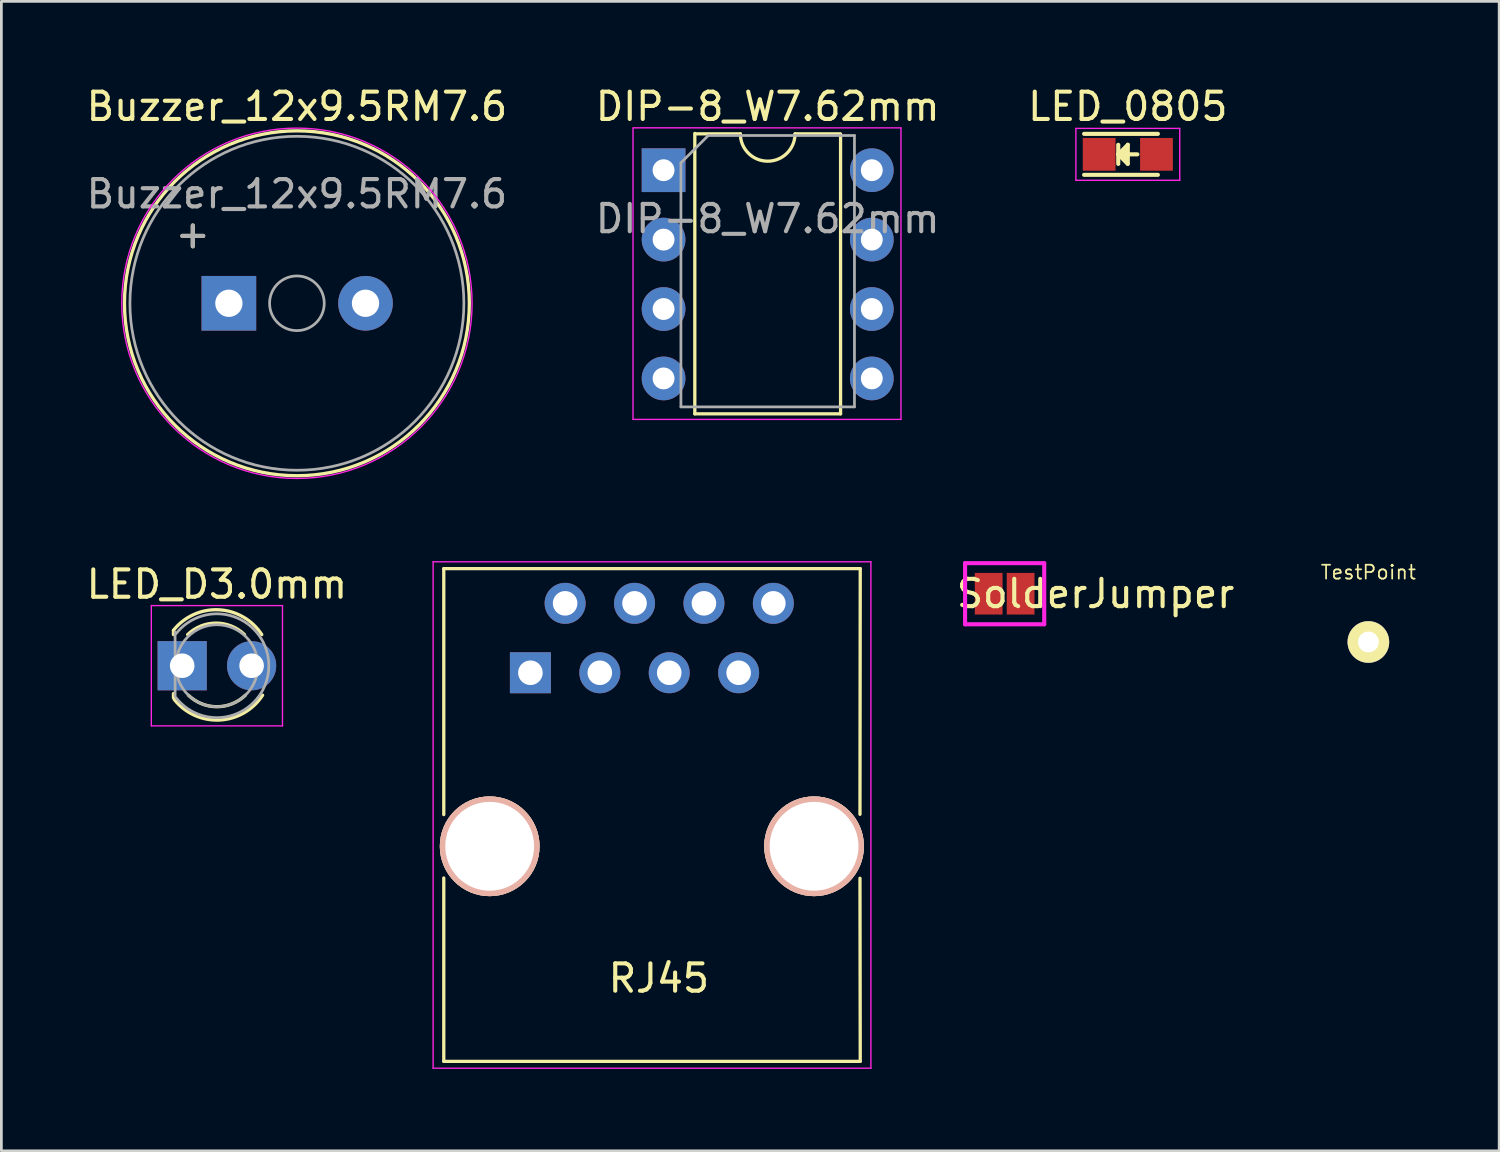
<source format=kicad_pcb>
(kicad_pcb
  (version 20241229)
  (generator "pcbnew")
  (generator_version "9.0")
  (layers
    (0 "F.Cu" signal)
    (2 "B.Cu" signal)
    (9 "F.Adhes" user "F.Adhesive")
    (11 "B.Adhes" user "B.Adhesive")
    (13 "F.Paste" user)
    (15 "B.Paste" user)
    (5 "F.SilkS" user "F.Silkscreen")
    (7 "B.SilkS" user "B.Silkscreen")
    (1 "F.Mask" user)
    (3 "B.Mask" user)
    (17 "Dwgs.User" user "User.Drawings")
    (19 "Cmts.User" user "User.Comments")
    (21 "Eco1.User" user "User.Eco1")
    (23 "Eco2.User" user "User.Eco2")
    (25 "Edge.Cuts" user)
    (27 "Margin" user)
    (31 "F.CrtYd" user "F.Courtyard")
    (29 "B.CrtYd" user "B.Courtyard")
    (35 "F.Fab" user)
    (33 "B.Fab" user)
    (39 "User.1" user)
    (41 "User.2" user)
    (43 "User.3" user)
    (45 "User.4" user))
  (footprint "SolderJumper"
    (layer "F.Cu")
    (at 33.713 18.676)
    (property "Reference" "SolderJumper" (at 3.327 0 0) (layer "F.SilkS") (effects (font (size 1 1) (thickness 0.15))))
    (attr through_hole)
    (fp_line (start -0.178 -0.686) (end 0.178 -0.686) (stroke (width 0.15) (type solid)) (layer "F.Mask"))
    (fp_line (start -0.051 -0.686) (end -0.051 0.686) (stroke (width 0.15) (type solid)) (layer "F.Mask"))
    (fp_line (start -0.051 0.686) (end 0.051 0.686) (stroke (width 0.15) (type solid)) (layer "F.Mask"))
    (fp_line (start 0.051 0.686) (end 0.051 -0.686) (stroke (width 0.15) (type solid)) (layer "F.Mask"))
    (fp_line (start 0.178 -0.686) (end 0.178 0.686) (stroke (width 0.15) (type solid)) (layer "F.Mask"))
    (fp_line (start 0.178 0.686) (end -0.127 0.686) (stroke (width 0.15) (type solid)) (layer "F.Mask"))
    (fp_line (start -1.448 -1.118) (end 1.448 -1.118) (stroke (width 0.15) (type solid)) (layer "F.CrtYd"))
    (fp_line (start -1.448 1.118) (end -1.448 -1.118) (stroke (width 0.15) (type solid)) (layer "F.CrtYd"))
    (fp_line (start 1.448 -1.118) (end 1.448 1.118) (stroke (width 0.15) (type solid)) (layer "F.CrtYd"))
    (fp_line (start 1.448 1.118) (end -1.448 1.118) (stroke (width 0.15) (type solid)) (layer "F.CrtYd"))
    (pad "1" smd rect (at -0.584 0) (size 1.016 1.524) (layers "F.Cu" "F.Mask" "F.Paste"))
    (pad "2" smd rect (at 0.584 0) (size 1.016 1.524) (layers "F.Cu" "F.Mask")))
  (footprint "RJ45"
    (layer "F.Cu")
    (at 16.359 21.568)
    (property "Reference" "RJ45" (at 4.7 11.18 0) (layer "F.SilkS") (effects (font (size 1 1) (thickness 0.15))))
    (attr through_hole)
    (fp_line (start -3.17 -3.81) (end -3.17 5.19) (stroke (width 0.12) (type solid)) (layer "F.SilkS"))
    (fp_line (start -3.17 7.51) (end -3.17 14.22) (stroke (width 0.12) (type solid)) (layer "F.SilkS"))
    (fp_line (start -3.17 14.22) (end 12.07 14.22) (stroke (width 0.12) (type solid)) (layer "F.SilkS"))
    (fp_line (start 12.06 7.52) (end 12.07 14.22) (stroke (width 0.12) (type solid)) (layer "F.SilkS"))
    (fp_line (start 12.07 -3.81) (end -3.17 -3.81) (stroke (width 0.12) (type solid)) (layer "F.SilkS"))
    (fp_line (start 12.07 -3.81) (end 12.06 5.18) (stroke (width 0.12) (type solid)) (layer "F.SilkS"))
    (fp_line (start -3.56 -4.06) (end -3.56 14.47) (stroke (width 0.05) (type solid)) (layer "F.CrtYd"))
    (fp_line (start -3.56 -4.06) (end 12.46 -4.06) (stroke (width 0.05) (type solid)) (layer "F.CrtYd"))
    (fp_line (start 12.46 14.47) (end -3.56 14.47) (stroke (width 0.05) (type solid)) (layer "F.CrtYd"))
    (fp_line (start 12.46 14.47) (end 12.46 -4.06) (stroke (width 0.05) (type solid)) (layer "F.CrtYd"))
    (pad "" np_thru_hole circle (at -1.49 6.35) (size 3.65 3.65) (drill 3.25) (layers "*.Cu" "*.SilkS" "*.Mask"))
    (pad "" np_thru_hole circle (at 10.38 6.35) (size 3.65 3.65) (drill 3.25) (layers "*.Cu" "*.SilkS" "*.Mask"))
    (pad "1" thru_hole rect (at 0 0) (size 1.5 1.5) (drill 0.9) (layers "*.Cu" "*.Mask"))
    (pad "2" thru_hole circle (at 1.27 -2.54) (size 1.5 1.5) (drill 0.9) (layers "*.Cu" "*.Mask"))
    (pad "3" thru_hole circle (at 2.54 0) (size 1.5 1.5) (drill 0.9) (layers "*.Cu" "*.Mask"))
    (pad "4" thru_hole circle (at 3.81 -2.54) (size 1.5 1.5) (drill 0.9) (layers "*.Cu" "*.Mask"))
    (pad "5" thru_hole circle (at 5.08 0) (size 1.5 1.5) (drill 0.9) (layers "*.Cu" "*.Mask"))
    (pad "6" thru_hole circle (at 6.35 -2.54) (size 1.5 1.5) (drill 0.9) (layers "*.Cu" "*.Mask"))
    (pad "7" thru_hole circle (at 7.62 0) (size 1.5 1.5) (drill 0.9) (layers "*.Cu" "*.Mask"))
    (pad "8" thru_hole circle (at 8.89 -2.54) (size 1.5 1.5) (drill 0.9) (layers "*.Cu" "*.Mask")))
  (footprint "LED_D3.0mm"
    (layer "F.Cu")
    (at 4.887 21.311)
    (property "Reference" "LED_D3.0mm" (at 0 -2.98 0) (layer "F.SilkS") (effects (font (size 1 1) (thickness 0.15))))
    (attr through_hole)
    (fp_line (start -1.59 -1.296) (end -1.59 -1.14) (stroke (width 0.12) (type solid)) (layer "F.SilkS"))
    (fp_line (start -1.59 1.02) (end -1.59 1.176) (stroke (width 0.12) (type solid)) (layer "F.SilkS"))
    (fp_arc (start -1.59 -1.295516) (mid 0.066487 -2.047659) (end 1.642335 -1.138608) (stroke (width 0.12) (type solid)) (layer "F.SilkS"))
    (fp_arc (start -1.070961 -1.14) (mid -0.029883 -1.56) (end 1.01113 -1.139837) (stroke (width 0.12) (type solid)) (layer "F.SilkS"))
    (fp_arc (start 1.04113 1.079837) (mid 0.000117 1.5) (end -1.040961 1.08) (stroke (width 0.12) (type solid)) (layer "F.SilkS"))
    (fp_arc (start 1.672335 1.078608) (mid 0.096487 1.987659) (end -1.56 1.235516) (stroke (width 0.12) (type solid)) (layer "F.SilkS"))
    (fp_line (start -2.4 -2.2) (end -2.4 2.2) (stroke (width 0.05) (type solid)) (layer "F.CrtYd"))
    (fp_line (start -2.4 2.2) (end 2.4 2.2) (stroke (width 0.05) (type solid)) (layer "F.CrtYd"))
    (fp_line (start 2.4 -2.2) (end -2.4 -2.2) (stroke (width 0.05) (type solid)) (layer "F.CrtYd"))
    (fp_line (start 2.4 2.2) (end 2.4 -2.2) (stroke (width 0.05) (type solid)) (layer "F.CrtYd"))
    (fp_line (start -1.53 -1.226) (end -1.53 1.106) (stroke (width 0.1) (type solid)) (layer "F.Fab"))
    (fp_arc (start -1.5 -1.16619) (mid 1.9 0.000452) (end -1.500555 1.165476) (stroke (width 0.1) (type solid)) (layer "F.Fab"))
    (fp_circle (center 0 0) (end 1.5 0) (stroke (width 0.1) (type solid)) (fill no) (layer "F.Fab"))
    (pad "1" thru_hole rect (at -1.27 0) (size 1.8 1.8) (drill 0.9) (layers "*.Cu" "*.Mask"))
    (pad "2" thru_hole circle (at 1.27 0) (size 1.8 1.8) (drill 0.9) (layers "*.Cu" "*.Mask")))
  (footprint "DIP-8_W7.62mm"
    (layer "F.Cu")
    (at 21.232 3.178)
    (property "Reference" "DIP-8_W7.62mm" (at 3.81 -2.33 0) (layer "F.SilkS") (effects (font (size 1 1) (thickness 0.15))))
    (attr through_hole)
    (fp_line (start 1.143 -1.346) (end 1.143 8.915) (stroke (width 0.12) (type solid)) (layer "F.SilkS"))
    (fp_line (start 1.143 8.915) (end 6.477 8.915) (stroke (width 0.12) (type solid)) (layer "F.SilkS"))
    (fp_line (start 2.81 -1.33) (end 1.16 -1.33) (stroke (width 0.12) (type solid)) (layer "F.SilkS"))
    (fp_line (start 6.46 -1.33) (end 4.81 -1.33) (stroke (width 0.12) (type solid)) (layer "F.SilkS"))
    (fp_line (start 6.477 8.915) (end 6.477 -1.321) (stroke (width 0.12) (type solid)) (layer "F.SilkS"))
    (fp_arc (start 4.81 -1.33) (mid 3.81 -0.33) (end 2.81 -1.33) (stroke (width 0.12) (type solid)) (layer "F.SilkS"))
    (fp_line (start -1.118 -1.549) (end -1.118 9.119) (stroke (width 0.05) (type solid)) (layer "F.CrtYd"))
    (fp_line (start -1.118 9.119) (end 8.687 9.119) (stroke (width 0.05) (type solid)) (layer "F.CrtYd"))
    (fp_line (start 8.687 -1.549) (end -1.1 -1.55) (stroke (width 0.05) (type solid)) (layer "F.CrtYd"))
    (fp_line (start 8.687 9.119) (end 8.687 -1.549) (stroke (width 0.05) (type solid)) (layer "F.CrtYd"))
    (fp_line (start 0.635 -0.27) (end 1.635 -1.27) (stroke (width 0.1) (type solid)) (layer "F.Fab"))
    (fp_line (start 0.635 8.661) (end 0.635 -0.27) (stroke (width 0.1) (type solid)) (layer "F.Fab"))
    (fp_line (start 1.635 -1.27) (end 6.985 -1.27) (stroke (width 0.1) (type solid)) (layer "F.Fab"))
    (fp_line (start 6.985 -1.27) (end 6.985 8.661) (stroke (width 0.1) (type solid)) (layer "F.Fab"))
    (fp_line (start 6.985 8.661) (end 0.635 8.661) (stroke (width 0.1) (type solid)) (layer "F.Fab"))
    (fp_text user "${REFERENCE}" (at 3.81 1.778 0) (layer "F.Fab") (effects (font (size 1 1) (thickness 0.15))))
    (pad "1" thru_hole rect (at 0 0) (size 1.6 1.6) (drill 0.8) (layers "*.Cu" "*.Mask"))
    (pad "2" thru_hole oval (at 0 2.54) (size 1.6 1.6) (drill 0.8) (layers "*.Cu" "*.Mask"))
    (pad "3" thru_hole oval (at 0 5.08) (size 1.6 1.6) (drill 0.8) (layers "*.Cu" "*.Mask"))
    (pad "4" thru_hole oval (at 0 7.62) (size 1.6 1.6) (drill 0.8) (layers "*.Cu" "*.Mask"))
    (pad "5" thru_hole oval (at 7.62 7.62) (size 1.6 1.6) (drill 0.8) (layers "*.Cu" "*.Mask"))
    (pad "6" thru_hole oval (at 7.62 5.08) (size 1.6 1.6) (drill 0.8) (layers "*.Cu" "*.Mask"))
    (pad "7" thru_hole oval (at 7.62 2.54) (size 1.6 1.6) (drill 0.8) (layers "*.Cu" "*.Mask"))
    (pad "8" thru_hole oval (at 7.62 0) (size 1.6 1.6) (drill 0.8) (layers "*.Cu" "*.Mask")))
  (footprint "Buzzer_12x9.5RM7.6"
    (layer "F.Cu")
    (at 7.825 8.048)
    (property "Reference" "Buzzer_12x9.5RM7.6" (at -0.01 -7.2 0) (layer "F.SilkS") (effects (font (size 1 1) (thickness 0.15))))
    (attr through_hole)
    (fp_circle (center -0.01 0) (end 6.3 0) (stroke (width 0.12) (type solid)) (fill no) (layer "F.SilkS"))
    (fp_circle (center -0.01 0) (end 6.4 0) (stroke (width 0.05) (type solid)) (fill no) (layer "F.CrtYd"))
    (fp_circle (center -0.01 0) (end 0.99 0) (stroke (width 0.1) (type solid)) (fill no) (layer "F.Fab"))
    (fp_circle (center -0.01 0) (end 6.1 0) (stroke (width 0.1) (type solid)) (fill no) (layer "F.Fab"))
    (fp_text user "+" (at -3.82 -2.54 0) (layer "F.SilkS") (effects (font (size 1 1) (thickness 0.15))))
    (fp_text user "+" (at -3.82 -2.54 0) (layer "F.Fab") (effects (font (size 1 1) (thickness 0.15))))
    (fp_text user "${REFERENCE}" (at -0.01 -4 0) (layer "F.Fab") (effects (font (size 1 1) (thickness 0.15))))
    (pad "1" thru_hole rect (at -2.5 0) (size 2 2) (drill 1) (layers "*.Cu" "*.Mask"))
    (pad "2" thru_hole circle (at 2.5 0) (size 2 2) (drill 1) (layers "*.Cu" "*.Mask")))
  (footprint "TestPoint"
    (layer "F.Cu")
    (at 47.023 20.442)
    (property "Reference" "TestPoint" (at 0 -2.55 0) (layer "F.SilkS") (effects (font (size 0.508 0.508) (thickness 0.064))))
    (attr through_hole)
    (pad "1" thru_hole circle (at 0 0) (size 1.524 1.524) (drill 0.762) (layers "*.Cu" "*.Mask" "F.SilkS")))
  (footprint "LED_0805"
    (layer "F.Cu")
    (at 38.22 2.598)
    (property "Reference" "LED_0805" (at 0 -1.75 0) (layer "F.SilkS") (effects (font (size 1 1) (thickness 0.15))))
    (attr smd)
    (fp_line (start -1.6 -0.75) (end 1.1 -0.75) (stroke (width 0.15) (type solid)) (layer "F.SilkS"))
    (fp_line (start -1.6 0.75) (end 1.1 0.75) (stroke (width 0.15) (type solid)) (layer "F.SilkS"))
    (fp_line (start -0.35 -0.35) (end -0.35 0.35) (stroke (width 0.15) (type solid)) (layer "F.SilkS"))
    (fp_line (start -0.35 0) (end 0 -0.35) (stroke (width 0.15) (type solid)) (layer "F.SilkS"))
    (fp_line (start -0.1 -0.1) (end -0.25 0.05) (stroke (width 0.15) (type solid)) (layer "F.SilkS"))
    (fp_line (start -0.1 0.15) (end -0.1 -0.1) (stroke (width 0.15) (type solid)) (layer "F.SilkS"))
    (fp_line (start -0.01 0.34) (end -0.36 -0.01) (stroke (width 0.15) (type solid)) (layer "F.SilkS"))
    (fp_line (start 0 -0.35) (end 0 0.35) (stroke (width 0.15) (type solid)) (layer "F.SilkS"))
    (fp_line (start 0 0) (end 0.35 0) (stroke (width 0.15) (type solid)) (layer "F.SilkS"))
    (fp_line (start -1.9 -0.95) (end 1.9 -0.95) (stroke (width 0.05) (type solid)) (layer "F.CrtYd"))
    (fp_line (start -1.9 0.95) (end -1.9 -0.95) (stroke (width 0.05) (type solid)) (layer "F.CrtYd"))
    (fp_line (start 1.9 -0.95) (end 1.9 0.95) (stroke (width 0.05) (type solid)) (layer "F.CrtYd"))
    (fp_line (start 1.9 0.95) (end -1.9 0.95) (stroke (width 0.05) (type solid)) (layer "F.CrtYd"))
    (pad "1" smd rect (at -1.049 0 180) (size 1.199 1.199) (layers "F.Cu" "F.Mask" "F.Paste"))
    (pad "2" smd rect (at 1.049 0 180) (size 1.199 1.199) (layers "F.Cu" "F.Mask" "F.Paste")))
  (gr_rect
    (start -3 -3)
    (end 51.809 39.063)
    (stroke (width 0.1) (type default))
    (fill no)
    (layer "Edge.Cuts")))
</source>
